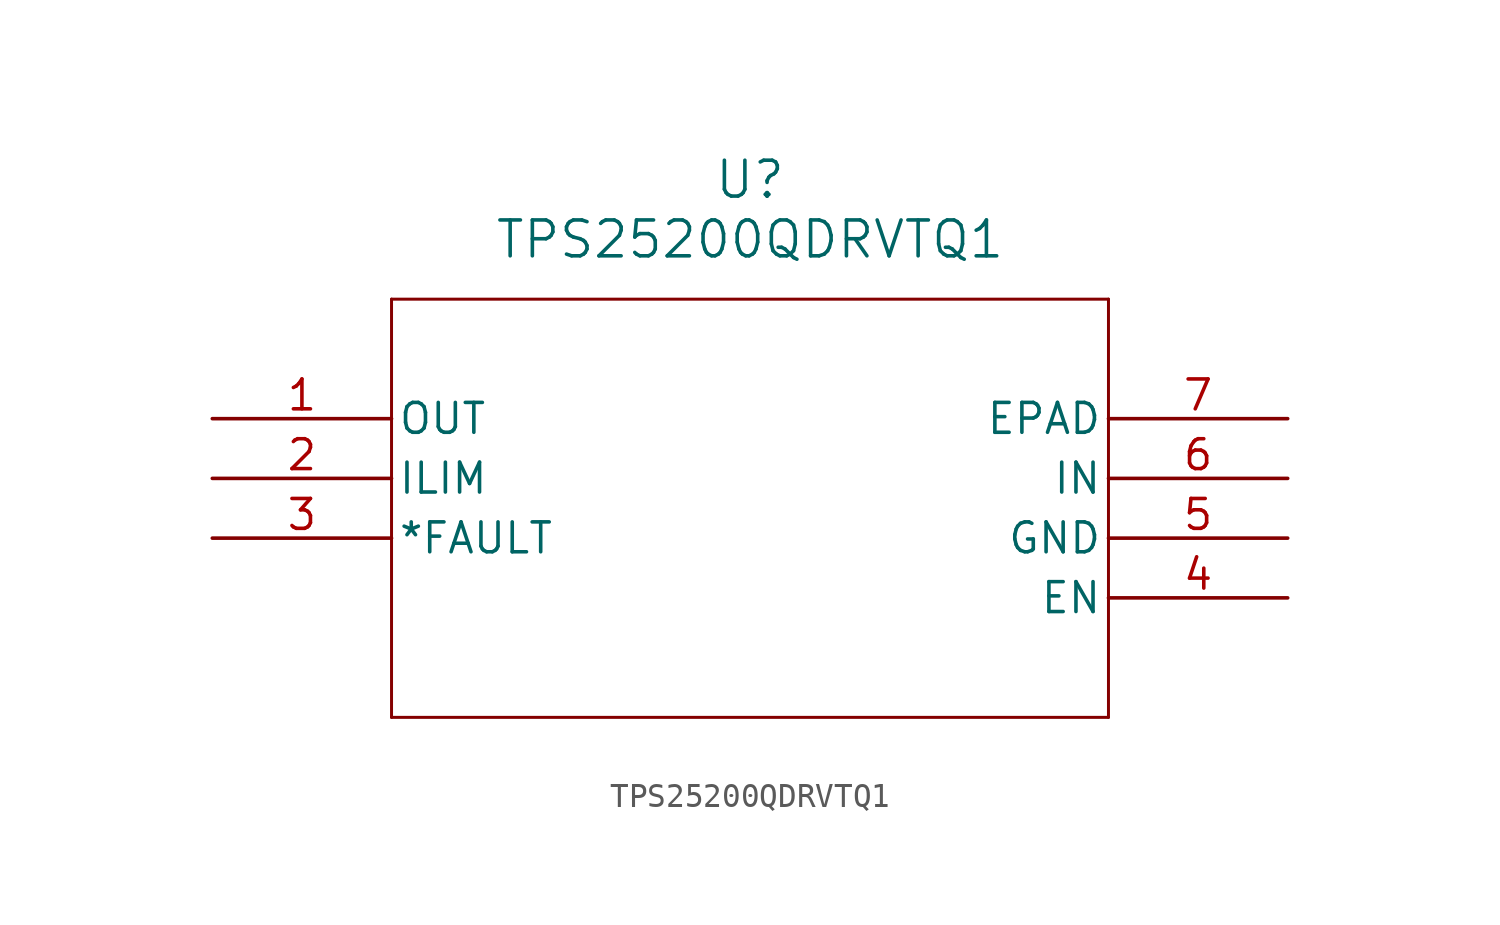
<source format=kicad_sym>
(kicad_symbol_lib
  (version 20211014)
  (generator kicad_symbol_editor)
  (symbol "TPS25200QDRVTQ1"
    (pin_names
      (offset 0.254))
    (property "Reference" "U"
      (at 22.86 10.16 0)
      (effects (font (size 1.524 1.524))))
    (property "Value" "TPS25200QDRVTQ1"
      (at 22.86 7.62 0)
      (effects (font (size 1.524 1.524))))
    (symbol "TPS25200QDRVTQ1_0_1"
      (polyline (pts (xy 7.62 5.08) (xy 7.62 -12.7)) (stroke (width 0.127) (type default) (color 0 0 0 0)) (fill (type none)))
      (polyline (pts (xy 7.62 -12.7) (xy 38.1 -12.7)) (stroke (width 0.127) (type default) (color 0 0 0 0)) (fill (type none)))
      (polyline (pts (xy 38.1 -12.7) (xy 38.1 5.08)) (stroke (width 0.127) (type default) (color 0 0 0 0)) (fill (type none)))
      (polyline (pts (xy 38.1 5.08) (xy 7.62 5.08)) (stroke (width 0.127) (type default) (color 0 0 0 0)) (fill (type none)))
      (pin output line (at 0 0 0) (length 7.62) (name "OUT" (effects (font (size 1.27 1.27)))) (number "1" (effects (font (size 1.27 1.27)))))
      (pin output line (at 0 -2.54 0) (length 7.62) (name "ILIM" (effects (font (size 1.27 1.27)))) (number "2" (effects (font (size 1.27 1.27)))))
      (pin output line (at 0 -5.08 0) (length 7.62) (name "*FAULT" (effects (font (size 1.27 1.27)))) (number "3" (effects (font (size 1.27 1.27)))))
      (pin input line (at 45.72 -7.62 180) (length 7.62) (name "EN" (effects (font (size 1.27 1.27)))) (number "4" (effects (font (size 1.27 1.27)))))
      (pin power_in line (at 45.72 -5.08 180) (length 7.62) (name "GND" (effects (font (size 1.27 1.27)))) (number "5" (effects (font (size 1.27 1.27)))))
      (pin input line (at 45.72 -2.54 180) (length 7.62) (name "IN" (effects (font (size 1.27 1.27)))) (number "6" (effects (font (size 1.27 1.27)))))
      (pin unspecified line (at 45.72 0 180) (length 7.62) (name "EPAD" (effects (font (size 1.27 1.27)))) (number "7" (effects (font (size 1.27 1.27))))))))
</source>
